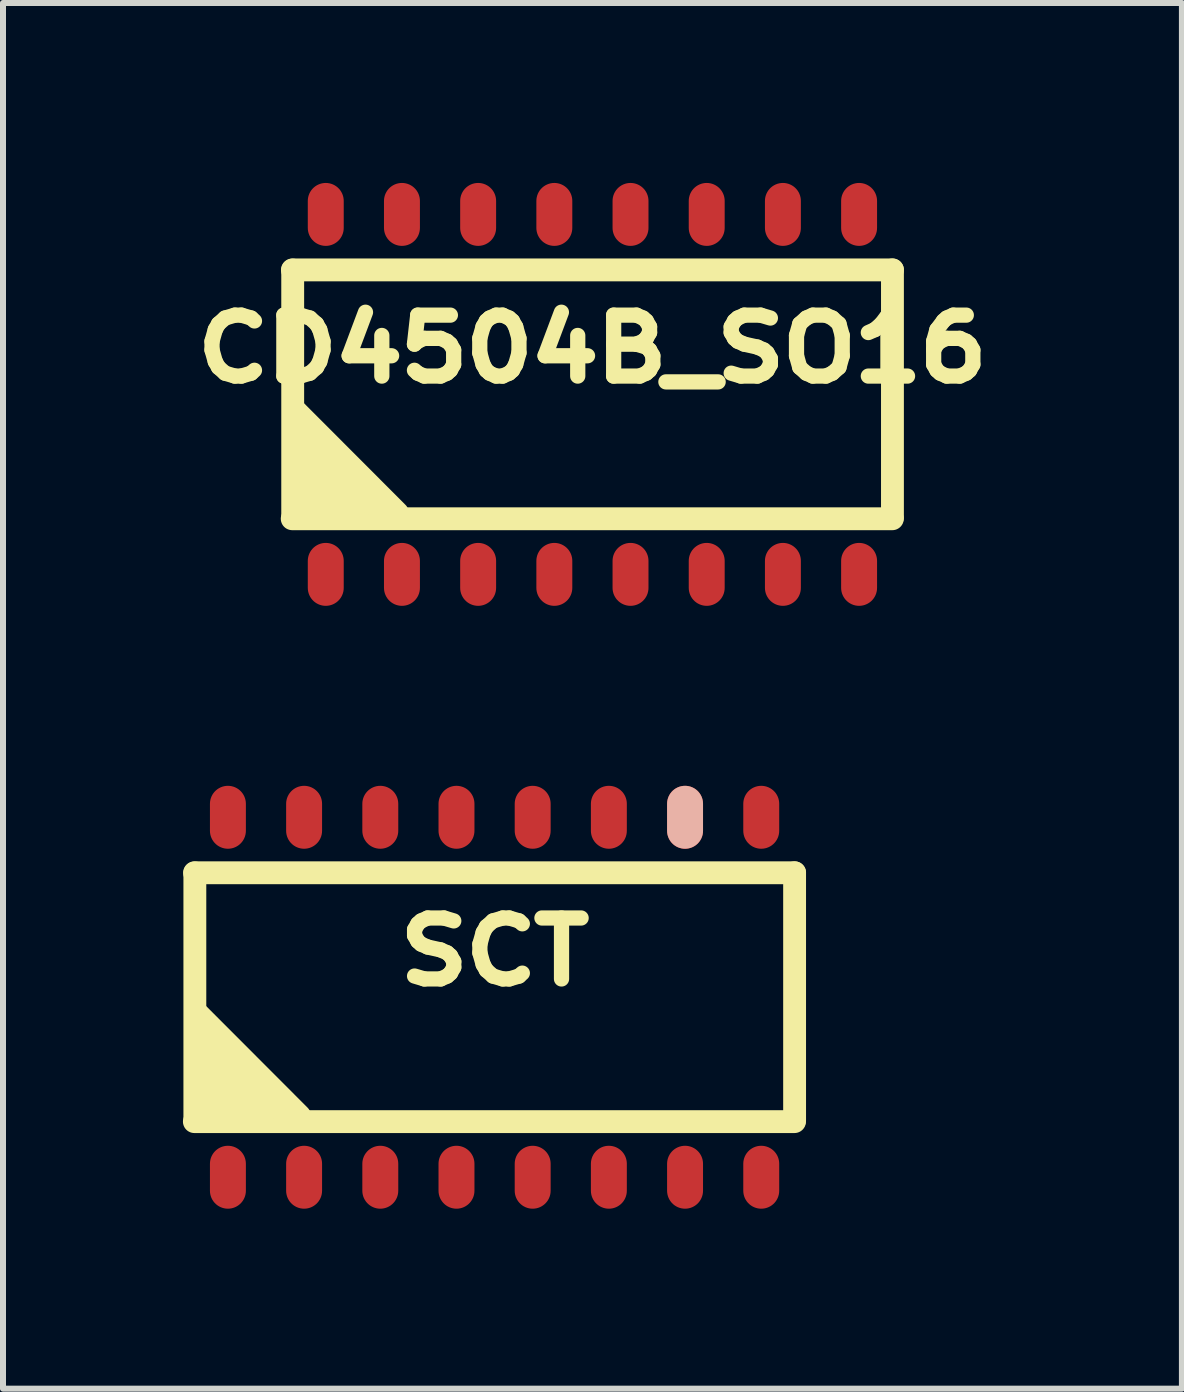
<source format=kicad_pcb>
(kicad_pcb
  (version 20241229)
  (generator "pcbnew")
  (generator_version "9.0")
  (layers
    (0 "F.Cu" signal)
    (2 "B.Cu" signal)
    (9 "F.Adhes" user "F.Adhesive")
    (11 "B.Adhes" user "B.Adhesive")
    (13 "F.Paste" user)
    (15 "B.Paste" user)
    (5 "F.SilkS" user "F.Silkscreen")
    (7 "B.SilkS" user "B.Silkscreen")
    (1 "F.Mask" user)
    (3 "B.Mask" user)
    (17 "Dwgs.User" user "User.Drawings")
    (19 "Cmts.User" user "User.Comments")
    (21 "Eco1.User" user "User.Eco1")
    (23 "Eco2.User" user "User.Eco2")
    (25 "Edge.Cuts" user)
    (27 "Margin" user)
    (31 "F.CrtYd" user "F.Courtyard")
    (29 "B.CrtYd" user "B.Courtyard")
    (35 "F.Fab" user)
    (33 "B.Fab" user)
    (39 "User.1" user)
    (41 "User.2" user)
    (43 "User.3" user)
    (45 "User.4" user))
  (footprint "CD4504B_SO16"
    (layer "F.Cu")
    (at 6.825 3.524)
    (property "Reference" "CD4504B_SO16" (at 0 -0.762 0) (layer "F.SilkS") (effects (font (size 1.016 1.143) (thickness 0.254))))
    (attr smd)
    (fp_line (start -5.004 2.073) (end 4.999 2.073) (stroke (width 0.381) (type solid)) (layer "F.SilkS"))
    (fp_line (start -4.996 -2.073) (end -4.996 2.052) (stroke (width 0.381) (type solid)) (layer "F.SilkS"))
    (fp_line (start -4.95 0.274) (end -3.251 1.976) (stroke (width 0.381) (type solid)) (layer "F.SilkS"))
    (fp_line (start -4.902 0.95) (end -4 1.849) (stroke (width 0.381) (type solid)) (layer "F.SilkS"))
    (fp_line (start -4.877 0.625) (end -3.675 1.826) (stroke (width 0.381) (type solid)) (layer "F.SilkS"))
    (fp_line (start -4.877 1.3) (end -4.275 1.9) (stroke (width 0.381) (type solid)) (layer "F.SilkS"))
    (fp_line (start -4.851 1.651) (end -4.549 1.951) (stroke (width 0.381) (type solid)) (layer "F.SilkS"))
    (fp_line (start 5.001 -2.075) (end -5.001 -2.075) (stroke (width 0.381) (type solid)) (layer "F.SilkS"))
    (fp_line (start 5.001 -2.075) (end 5.001 2.05) (stroke (width 0.381) (type solid)) (layer "F.SilkS"))
    (pad "1" smd oval (at -4.445 3) (size 0.599 1.049) (layers "F.Cu" "F.Mask" "F.Paste"))
    (pad "2" smd oval (at -3.175 3) (size 0.599 1.049) (layers "F.Cu" "F.Mask" "F.Paste"))
    (pad "3" smd oval (at -1.905 3) (size 0.599 1.049) (layers "F.Cu" "F.Mask" "F.Paste"))
    (pad "4" smd oval (at -0.635 3) (size 0.599 1.049) (layers "F.Cu" "F.Mask" "F.Paste"))
    (pad "5" smd oval (at 0.635 3) (size 0.599 1.049) (layers "F.Cu" "F.Mask" "F.Paste"))
    (pad "6" smd oval (at 1.905 3) (size 0.599 1.049) (layers "F.Cu" "F.Mask" "F.Paste"))
    (pad "7" smd oval (at 3.175 3) (size 0.599 1.049) (layers "F.Cu" "F.Mask" "F.Paste"))
    (pad "8" smd oval (at 4.445 3) (size 0.599 1.049) (layers "F.Cu" "F.Mask" "F.Paste"))
    (pad "9" smd oval (at 4.445 -3) (size 0.599 1.049) (layers "F.Cu" "F.Mask" "F.Paste"))
    (pad "10" smd oval (at 3.175 -3) (size 0.599 1.049) (layers "F.Cu" "F.Mask" "F.Paste"))
    (pad "11" smd oval (at 1.905 -3) (size 0.599 1.049) (layers "F.Cu" "F.Mask" "F.Paste"))
    (pad "12" smd oval (at 0.635 -3) (size 0.599 1.049) (layers "F.Cu" "F.Mask" "F.Paste"))
    (pad "13" smd oval (at -0.635 -3) (size 0.599 1.049) (layers "F.Cu" "F.Mask" "F.Paste"))
    (pad "14" smd oval (at -1.905 -3) (size 0.599 1.049) (layers "F.Cu" "F.Mask" "F.Paste"))
    (pad "15" smd oval (at -3.175 -3) (size 0.599 1.049) (layers "F.Cu" "F.Mask" "F.Paste"))
    (pad "16" smd oval (at -4.445 -3) (size 0.599 1.049) (layers "F.Cu" "F.Mask" "F.Paste")))
  (footprint "SCT"
    (layer "F.Cu")
    (at 5.194 13.573)
    (property "Reference" "SCT" (at 0 -0.762 0) (layer "F.SilkS") (effects (font (size 1.016 1.143) (thickness 0.254))))
    (attr smd)
    (fp_line (start -5.004 2.073) (end 4.999 2.073) (stroke (width 0.381) (type solid)) (layer "F.SilkS"))
    (fp_line (start -4.996 -2.073) (end -4.996 2.052) (stroke (width 0.381) (type solid)) (layer "F.SilkS"))
    (fp_line (start -4.95 0.274) (end -3.251 1.976) (stroke (width 0.381) (type solid)) (layer "F.SilkS"))
    (fp_line (start -4.902 0.95) (end -4 1.849) (stroke (width 0.381) (type solid)) (layer "F.SilkS"))
    (fp_line (start -4.877 0.625) (end -3.675 1.826) (stroke (width 0.381) (type solid)) (layer "F.SilkS"))
    (fp_line (start -4.877 1.3) (end -4.275 1.9) (stroke (width 0.381) (type solid)) (layer "F.SilkS"))
    (fp_line (start -4.851 1.651) (end -4.549 1.951) (stroke (width 0.381) (type solid)) (layer "F.SilkS"))
    (fp_line (start 5.001 -2.075) (end -5.001 -2.075) (stroke (width 0.381) (type solid)) (layer "F.SilkS"))
    (fp_line (start 5.001 -2.075) (end 5.001 2.05) (stroke (width 0.381) (type solid)) (layer "F.SilkS"))
    (pad "1" smd oval (at -4.445 3) (size 0.599 1.049) (layers "F.Cu" "F.Mask" "F.Paste"))
    (pad "2" smd oval (at -3.175 3) (size 0.599 1.049) (layers "F.Cu" "F.Mask" "F.Paste"))
    (pad "3" smd oval (at -1.905 3) (size 0.599 1.049) (layers "F.Cu" "F.Mask" "F.Paste"))
    (pad "4" smd oval (at -0.635 3) (size 0.599 1.049) (layers "F.Cu" "F.Mask" "F.Paste"))
    (pad "5" smd oval (at 0.635 3) (size 0.599 1.049) (layers "F.Cu" "F.Mask" "F.Paste"))
    (pad "6" smd oval (at 1.905 3) (size 0.599 1.049) (layers "F.Cu" "F.Mask" "F.Paste"))
    (pad "7" smd oval (at 3.175 3) (size 0.599 1.049) (layers "F.Cu" "F.Mask" "F.Paste"))
    (pad "8" smd oval (at 4.445 3) (size 0.599 1.049) (layers "F.Cu" "F.Mask" "F.Paste"))
    (pad "9" smd oval (at 4.445 -3) (size 0.599 1.049) (layers "F.Cu" "F.Mask" "F.Paste"))
    (pad "10" smd oval (at 3.175 -3) (size 0.599 1.049) (layers "F.Cu" "F.Mask" "B.SilkS" "F.Paste"))
    (pad "11" smd oval (at 1.905 -3) (size 0.599 1.049) (layers "F.Cu" "F.Mask" "F.Paste"))
    (pad "12" smd oval (at 0.635 -3) (size 0.599 1.049) (layers "F.Cu" "F.Mask" "F.Paste"))
    (pad "13" smd oval (at -0.635 -3) (size 0.599 1.049) (layers "F.Cu" "F.Mask" "F.Paste"))
    (pad "14" smd oval (at -1.905 -3) (size 0.599 1.049) (layers "F.Cu" "F.Mask" "F.Paste"))
    (pad "15" smd oval (at -3.175 -3) (size 0.599 1.049) (layers "F.Cu" "F.Mask" "F.Paste"))
    (pad "16" smd oval (at -4.445 -3) (size 0.599 1.049) (layers "F.Cu" "F.Mask" "F.Paste")))
  (gr_rect
    (start -3 -3)
    (end 16.651 20.097)
    (stroke (width 0.1) (type default))
    (fill no)
    (layer "Edge.Cuts")))
</source>
